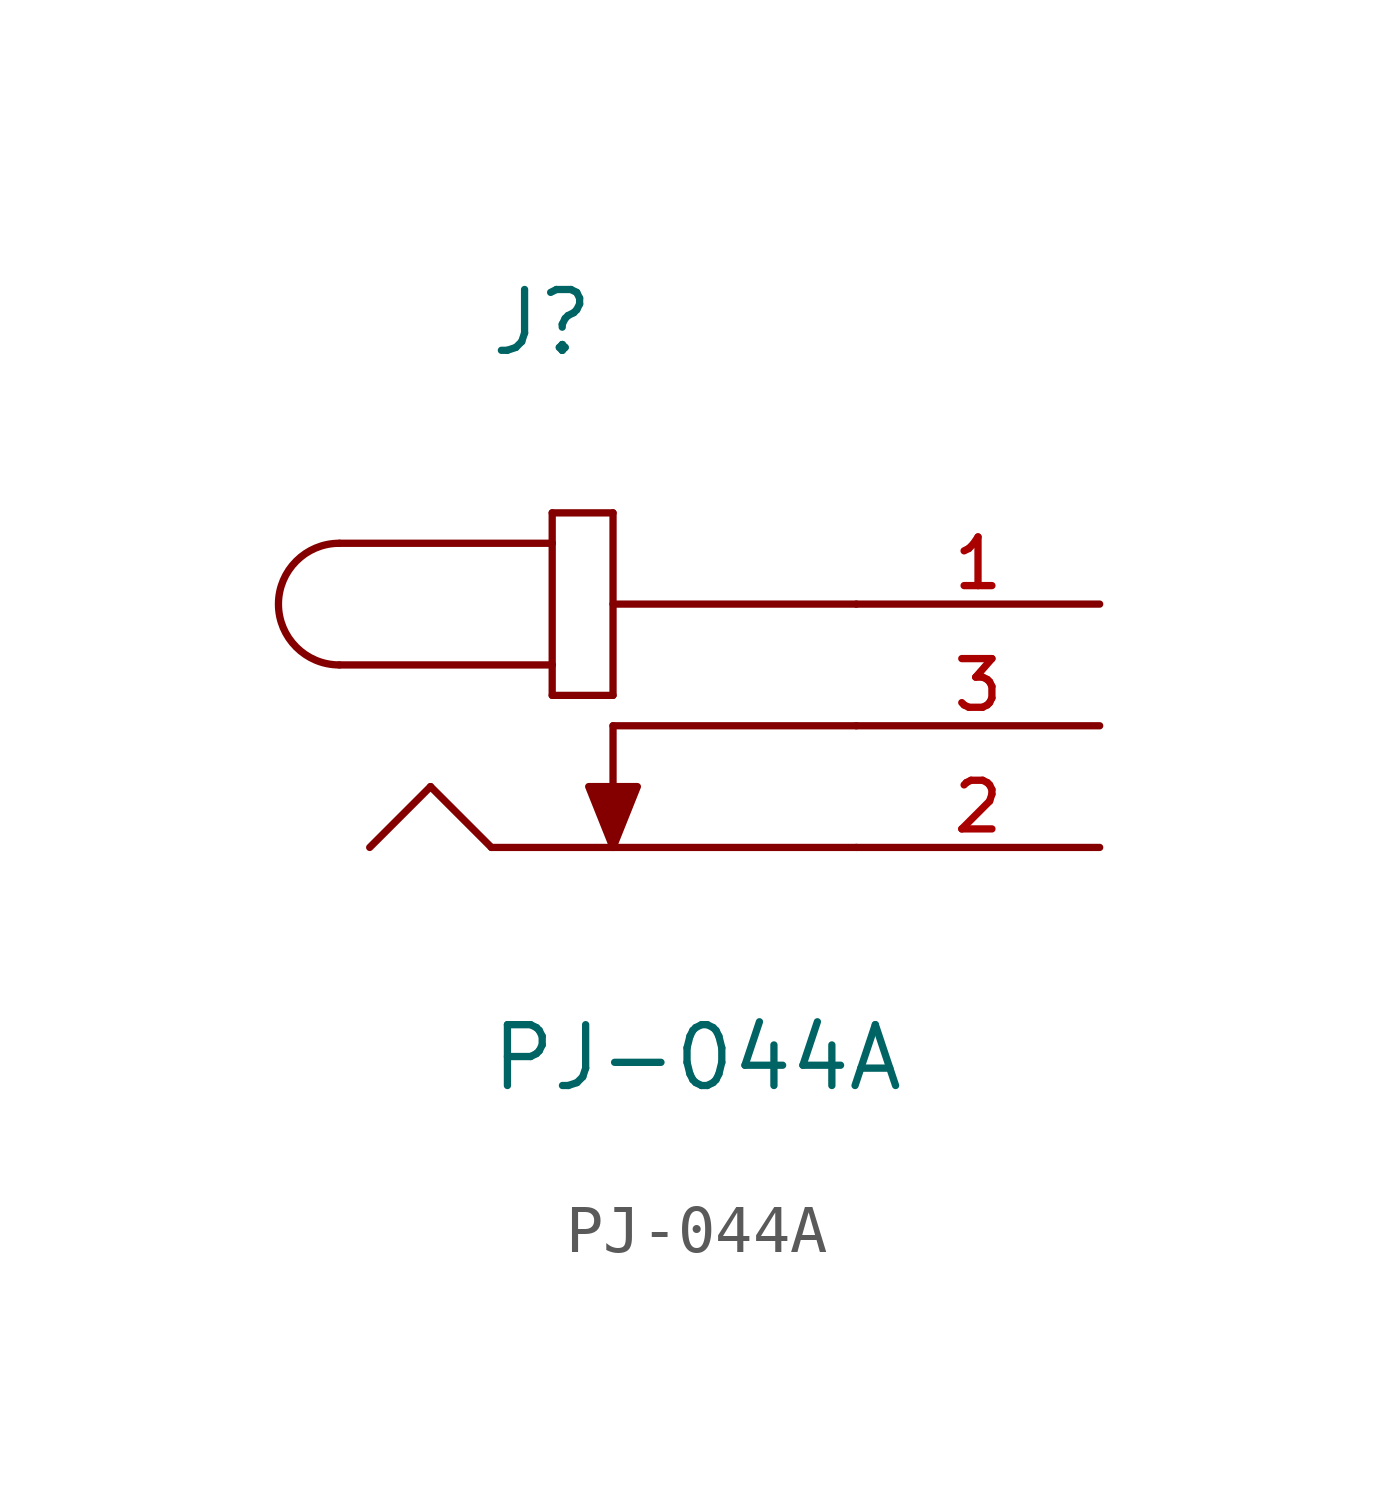
<source format=kicad_sym>
(kicad_symbol_lib
  (version 20211014)
  (generator kicad_symbol_editor)
  (symbol "PJ-044A"
    (pin_names
      (offset 1.016))
    (property "Reference" "J"
      (at -2.612 7.675 0)
      (effects (font (size 1.27 1.27)) (justify bottom left)))
    (property "Value" "PJ-044A"
      (at -2.607 -7.674 0)
      (effects (font (size 1.27 1.27)) (justify bottom left)))
    (symbol "PJ-044A_0_0"
      (arc (start -5.715 3.81) (mid -6.985 2.54) (end -5.715 1.27) (stroke (width 0.1524) (type default) (color 0 0 0 0)) (fill (type none)))
      (polyline (pts (xy -5.715 3.81) (xy -1.27 3.81)) (stroke (width 0.152)))
      (polyline (pts (xy -1.27 3.81) (xy -1.27 1.27)) (stroke (width 0.152)))
      (polyline (pts (xy -1.27 1.27) (xy -5.715 1.27)) (stroke (width 0.152)))
      (polyline (pts (xy -1.27 1.27) (xy -1.27 0.635)) (stroke (width 0.152)))
      (polyline (pts (xy -1.27 0.635) (xy 0.0 0.635)) (stroke (width 0.152)))
      (polyline (pts (xy 0.0 0.635) (xy 0.0 4.445)) (stroke (width 0.152)))
      (polyline (pts (xy 0.0 4.445) (xy -1.27 4.445)) (stroke (width 0.152)))
      (polyline (pts (xy -1.27 4.445) (xy -1.27 3.81)) (stroke (width 0.152)))
      (polyline (pts (xy 5.08 -2.54) (xy -2.54 -2.54)) (stroke (width 0.152)))
      (polyline (pts (xy -2.54 -2.54) (xy -3.81 -1.27)) (stroke (width 0.152)))
      (polyline (pts (xy -3.81 -1.27) (xy -5.08 -2.54)) (stroke (width 0.152)))
      (polyline (pts (xy 0.0 0.0) (xy 0.0 -2.54)) (stroke (width 0.152)))
      (polyline (pts (xy 0.0 -2.54) (xy -0.508 -1.27) (xy 0.508 -1.27) (xy 0.0 -2.54)) (stroke (width 0.152)) (fill (type outline)))
      (polyline (pts (xy 0.0 2.54) (xy 5.08 2.54)) (stroke (width 0.152)))
      (polyline (pts (xy 0.0 0.0) (xy 5.08 0.0)) (stroke (width 0.152)))
      (pin passive line (at 10.16 2.54 180.0) (length 5.08) (name "~" (effects (font (size 1.016 1.016)))) (number "1" (effects (font (size 1.016 1.016)))))
      (pin passive line (at 10.16 0.0 180.0) (length 5.08) (name "~" (effects (font (size 1.016 1.016)))) (number "3" (effects (font (size 1.016 1.016)))))
      (pin passive line (at 10.16 -2.54 180.0) (length 5.08) (name "~" (effects (font (size 1.016 1.016)))) (number "2" (effects (font (size 1.016 1.016))))))))
</source>
